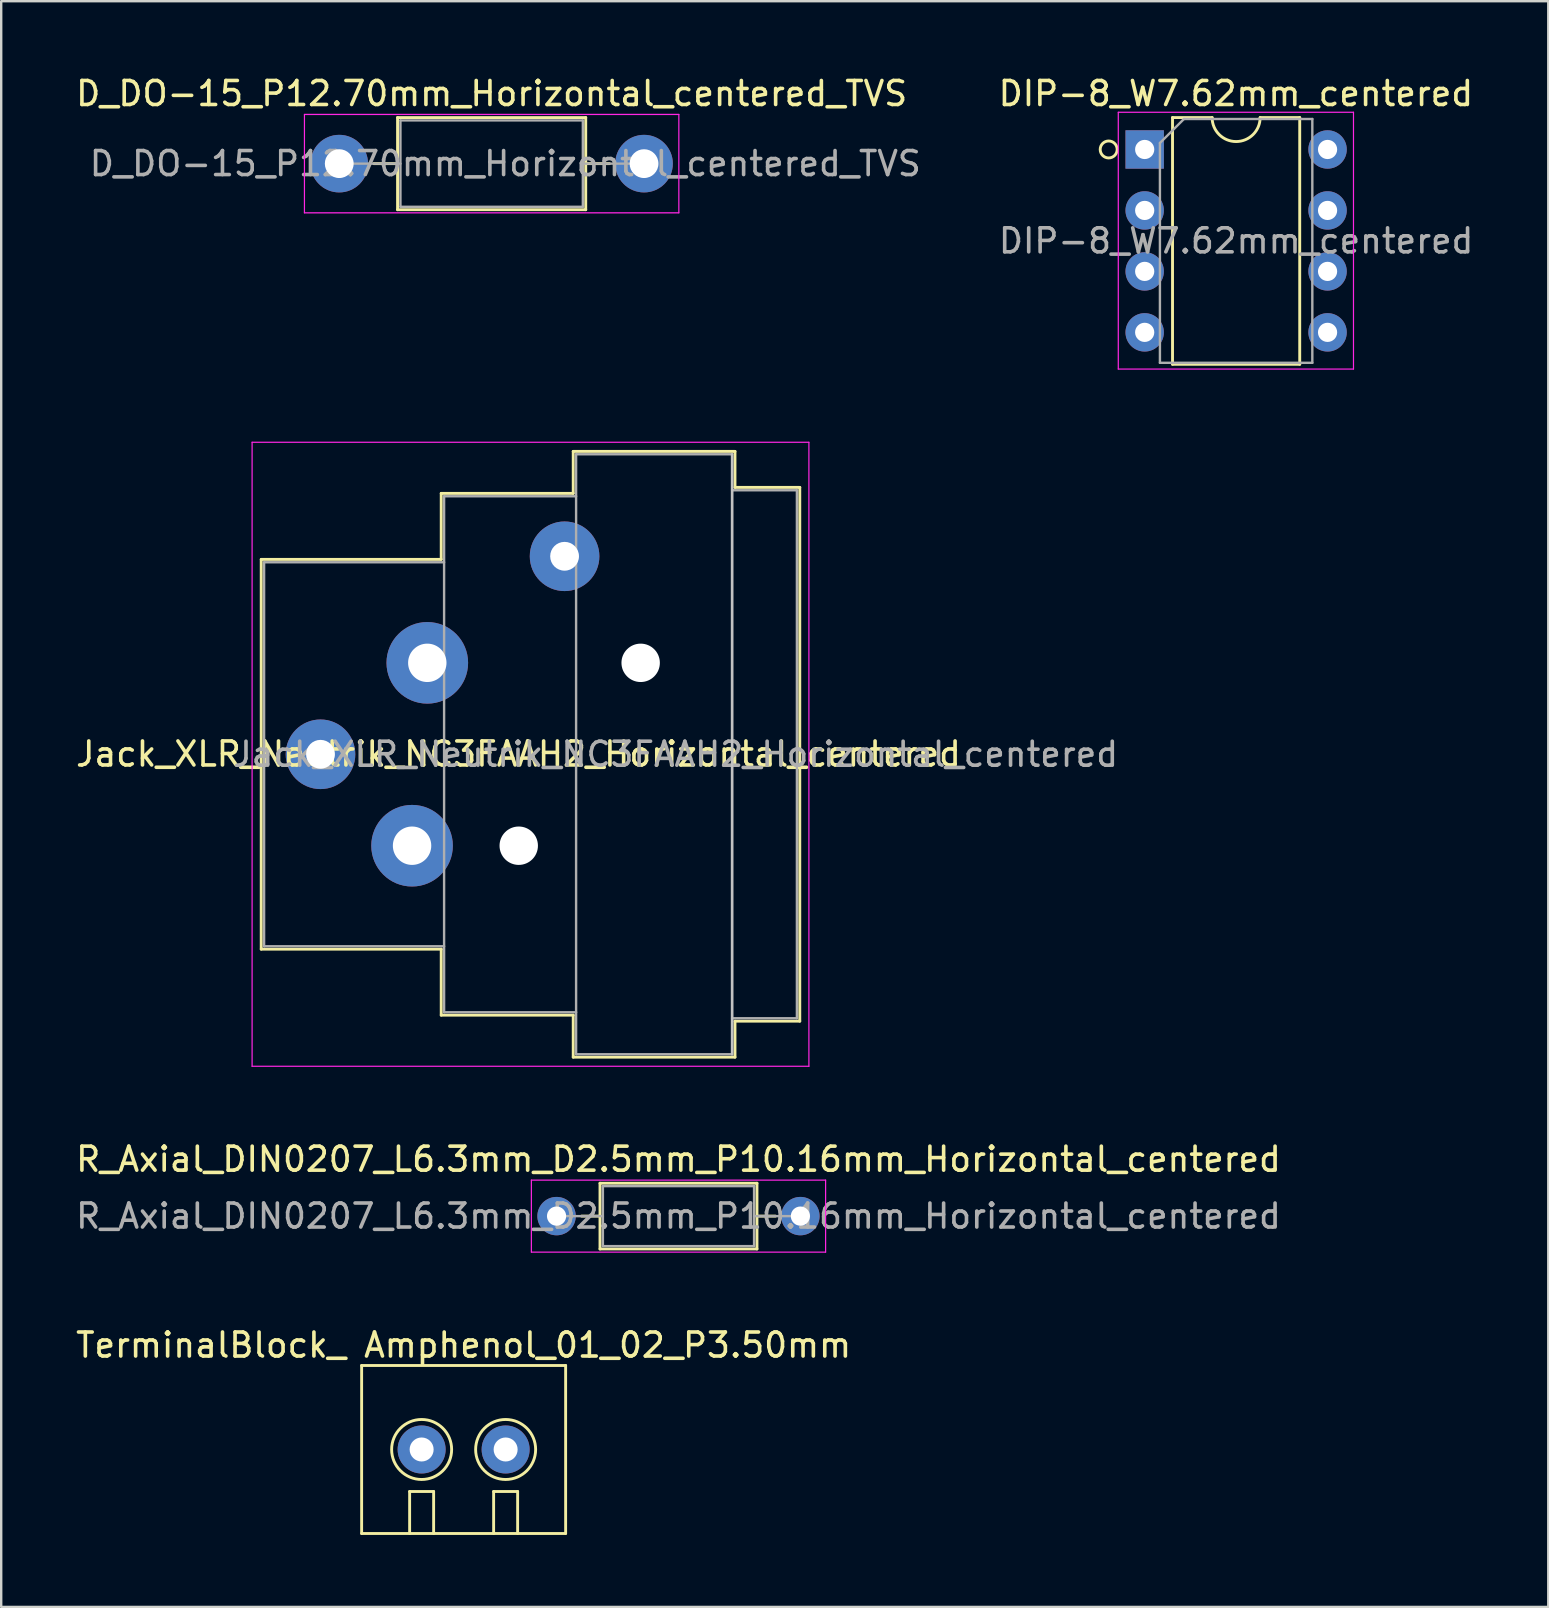
<source format=kicad_pcb>
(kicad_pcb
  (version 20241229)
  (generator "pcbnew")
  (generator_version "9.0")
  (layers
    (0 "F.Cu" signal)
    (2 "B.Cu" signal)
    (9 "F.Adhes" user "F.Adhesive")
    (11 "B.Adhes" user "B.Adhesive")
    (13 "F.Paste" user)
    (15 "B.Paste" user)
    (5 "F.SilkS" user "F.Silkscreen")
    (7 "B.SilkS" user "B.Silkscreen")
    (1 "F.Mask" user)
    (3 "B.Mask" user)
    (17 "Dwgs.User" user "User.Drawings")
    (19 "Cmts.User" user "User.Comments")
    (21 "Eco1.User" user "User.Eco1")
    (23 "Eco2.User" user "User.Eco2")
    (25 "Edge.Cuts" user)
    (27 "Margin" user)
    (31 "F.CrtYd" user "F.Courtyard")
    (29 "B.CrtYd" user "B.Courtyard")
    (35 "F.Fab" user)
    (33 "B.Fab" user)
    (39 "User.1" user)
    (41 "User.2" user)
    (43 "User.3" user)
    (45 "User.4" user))
  (footprint "TerminalBlock_ Amphenol_01_02_P3.50mm"
    (layer "F.Cu")
    (at 16.268 57.345)
    (property "Reference" "TerminalBlock_ Amphenol_01_02_P3.50mm" (at 0 -4.35 0) (layer "F.SilkS") (effects (font (size 1 1) (thickness 0.15))))
    (attr through_hole)
    (fp_line (start -4.25 -3.5) (end -4.25 3.5) (stroke (width 0.12) (type solid)) (layer "F.SilkS"))
    (fp_line (start -2.25 1.75) (end -2.25 3.5) (stroke (width 0.12) (type solid)) (layer "F.SilkS"))
    (fp_line (start -2.25 1.75) (end -1.25 1.75) (stroke (width 0.12) (type solid)) (layer "F.SilkS"))
    (fp_line (start -1.25 1.75) (end -1.25 3.5) (stroke (width 0.12) (type solid)) (layer "F.SilkS"))
    (fp_line (start 1.25 1.75) (end 2.25 1.75) (stroke (width 0.12) (type solid)) (layer "F.SilkS"))
    (fp_line (start 1.25 3.5) (end 1.25 1.75) (stroke (width 0.12) (type solid)) (layer "F.SilkS"))
    (fp_line (start 2.25 1.75) (end 2.25 3.5) (stroke (width 0.12) (type solid)) (layer "F.SilkS"))
    (fp_line (start 4.25 -3.5) (end -4.25 -3.5) (stroke (width 0.12) (type solid)) (layer "F.SilkS"))
    (fp_line (start 4.25 -3.5) (end 4.25 3.5) (stroke (width 0.12) (type solid)) (layer "F.SilkS"))
    (fp_line (start 4.25 3.5) (end -4.25 3.5) (stroke (width 0.12) (type solid)) (layer "F.SilkS"))
    (fp_circle (center -1.75 0) (end -1 -1) (stroke (width 0.12) (type solid)) (fill no) (layer "F.SilkS"))
    (fp_circle (center 1.75 0) (end 2.5 -1) (stroke (width 0.12) (type solid)) (fill no) (layer "F.SilkS"))
    (pad "1" thru_hole circle (at -1.75 0) (size 2 2) (drill 1) (layers "*.Cu" "*.Mask"))
    (pad "2" thru_hole circle (at 1.75 0) (size 2 2) (drill 1) (layers "*.Cu" "*.Mask")))
  (footprint "Jack_XLR_Neutrik_NC3FAAH2_Horizontal_centered"
    (layer "F.Cu")
    (at 30.214 28.378)
    (property "Reference" "Jack_XLR_Neutrik_NC3FAAH2_Horizontal_centered" (at -11.66 -0.01 0) (layer "F.SilkS") (effects (font (size 1 1) (thickness 0.15))))
    (attr through_hole)
    (fp_line (start -22.38 -8.12) (end -22.38 8.12) (stroke (width 0.12) (type solid)) (layer "F.SilkS"))
    (fp_line (start -14.88 -10.87) (end -14.88 -8.12) (stroke (width 0.12) (type solid)) (layer "F.SilkS"))
    (fp_line (start -14.88 -8.12) (end -22.38 -8.12) (stroke (width 0.12) (type solid)) (layer "F.SilkS"))
    (fp_line (start -14.88 8.12) (end -22.38 8.12) (stroke (width 0.12) (type solid)) (layer "F.SilkS"))
    (fp_line (start -14.88 8.12) (end -14.88 10.87) (stroke (width 0.12) (type solid)) (layer "F.SilkS"))
    (fp_line (start -9.38 -10.87) (end -14.88 -10.87) (stroke (width 0.12) (type solid)) (layer "F.SilkS"))
    (fp_line (start -9.38 -10.87) (end -9.38 -12.62) (stroke (width 0.12) (type solid)) (layer "F.SilkS"))
    (fp_line (start -9.38 10.87) (end -14.88 10.87) (stroke (width 0.12) (type solid)) (layer "F.SilkS"))
    (fp_line (start -9.38 12.62) (end -9.38 10.87) (stroke (width 0.12) (type solid)) (layer "F.SilkS"))
    (fp_line (start -2.64 -12.62) (end -9.38 -12.62) (stroke (width 0.12) (type solid)) (layer "F.SilkS"))
    (fp_line (start -2.64 -12.62) (end -2.64 -11.12) (stroke (width 0.12) (type solid)) (layer "F.SilkS"))
    (fp_line (start -2.64 -11.12) (end 0.06 -11.12) (stroke (width 0.12) (type solid)) (layer "F.SilkS"))
    (fp_line (start -2.64 11.12) (end -2.64 12.62) (stroke (width 0.12) (type solid)) (layer "F.SilkS"))
    (fp_line (start -2.64 11.12) (end 0.06 11.12) (stroke (width 0.12) (type solid)) (layer "F.SilkS"))
    (fp_line (start -2.64 12.62) (end -9.38 12.62) (stroke (width 0.12) (type solid)) (layer "F.SilkS"))
    (fp_line (start 0.06 -11.12) (end 0.06 11.12) (stroke (width 0.12) (type solid)) (layer "F.SilkS"))
    (fp_line (start -2.76 -12.5) (end -2.76 12.5) (stroke (width 0.1) (type solid)) (layer "Dwgs.User"))
    (fp_line (start -22.76 -13) (end -22.76 13) (stroke (width 0.05) (type solid)) (layer "F.CrtYd"))
    (fp_line (start 0.44 -13) (end -22.76 -13) (stroke (width 0.05) (type solid)) (layer "F.CrtYd"))
    (fp_line (start 0.44 -13) (end 0.44 13) (stroke (width 0.05) (type solid)) (layer "F.CrtYd"))
    (fp_line (start 0.44 13) (end -22.76 13) (stroke (width 0.05) (type solid)) (layer "F.CrtYd"))
    (fp_line (start -22.26 -8) (end -22.26 8) (stroke (width 0.1) (type solid)) (layer "F.Fab"))
    (fp_line (start -22.26 8) (end -14.76 8) (stroke (width 0.1) (type solid)) (layer "F.Fab"))
    (fp_line (start -14.76 -10.75) (end -14.76 10.75) (stroke (width 0.1) (type solid)) (layer "F.Fab"))
    (fp_line (start -14.76 -8) (end -22.26 -8) (stroke (width 0.1) (type solid)) (layer "F.Fab"))
    (fp_line (start -14.76 10.75) (end -9.26 10.75) (stroke (width 0.1) (type solid)) (layer "F.Fab"))
    (fp_line (start -9.26 -12.5) (end -2.76 -12.5) (stroke (width 0.1) (type solid)) (layer "F.Fab"))
    (fp_line (start -9.26 -10.75) (end -14.76 -10.75) (stroke (width 0.1) (type solid)) (layer "F.Fab"))
    (fp_line (start -9.26 12.5) (end -9.26 -12.5) (stroke (width 0.1) (type solid)) (layer "F.Fab"))
    (fp_line (start -2.76 -12.5) (end -2.76 12.5) (stroke (width 0.1) (type solid)) (layer "F.Fab"))
    (fp_line (start -2.76 -11) (end -0.06 -11) (stroke (width 0.1) (type solid)) (layer "F.Fab"))
    (fp_line (start -2.76 12.5) (end -9.26 12.5) (stroke (width 0.1) (type solid)) (layer "F.Fab"))
    (fp_line (start -0.06 -11) (end -0.06 11) (stroke (width 0.1) (type solid)) (layer "F.Fab"))
    (fp_line (start -0.06 11) (end -2.76 11) (stroke (width 0.1) (type solid)) (layer "F.Fab"))
    (fp_text user "${REFERENCE}" (at -5.11 0 0) (layer "F.Fab") (effects (font (size 1 1) (thickness 0.15))))
    (pad "" np_thru_hole circle (at -11.65 3.81) (size 1.6 1.6) (drill 1.6) (layers "*.Cu" "*.Mask"))
    (pad "" np_thru_hole circle (at -6.57 -3.81) (size 1.6 1.6) (drill 1.6) (layers "*.Cu" "*.Mask"))
    (pad "1" thru_hole circle (at -15.46 -3.81) (size 3.4 3.4) (drill 1.6) (layers "*.Cu" "*.Mask"))
    (pad "2" thru_hole circle (at -16.095 3.81) (size 3.4 3.4) (drill 1.6) (layers "*.Cu" "*.Mask"))
    (pad "3" thru_hole circle (at -19.91 0) (size 2.9 2.9) (drill 1.2) (layers "*.Cu" "*.Mask"))
    (pad "G" thru_hole circle (at -9.74 -8.25) (size 2.9 2.9) (drill 1.2) (layers "*.Cu" "*.Mask")))
  (footprint "R_Axial_DIN0207_L6.3mm_D2.5mm_P10.16mm_Horizontal_centered"
    (layer "F.Cu")
    (at 25.22 47.621)
    (property "Reference" "R_Axial_DIN0207_L6.3mm_D2.5mm_P10.16mm_Horizontal_centered" (at 0 -2.37 0) (layer "F.SilkS") (effects (font (size 1 1) (thickness 0.15))))
    (attr through_hole)
    (fp_line (start -4.04 0) (end -3.27 0) (stroke (width 0.12) (type solid)) (layer "F.SilkS"))
    (fp_line (start -3.27 -1.37) (end -3.27 1.37) (stroke (width 0.12) (type solid)) (layer "F.SilkS"))
    (fp_line (start -3.27 1.37) (end 3.27 1.37) (stroke (width 0.12) (type solid)) (layer "F.SilkS"))
    (fp_line (start 3.27 -1.37) (end -3.27 -1.37) (stroke (width 0.12) (type solid)) (layer "F.SilkS"))
    (fp_line (start 3.27 1.37) (end 3.27 -1.37) (stroke (width 0.12) (type solid)) (layer "F.SilkS"))
    (fp_line (start 4.04 0) (end 3.27 0) (stroke (width 0.12) (type solid)) (layer "F.SilkS"))
    (fp_line (start -6.13 -1.5) (end -6.13 1.5) (stroke (width 0.05) (type solid)) (layer "F.CrtYd"))
    (fp_line (start -6.13 1.5) (end 6.13 1.5) (stroke (width 0.05) (type solid)) (layer "F.CrtYd"))
    (fp_line (start 6.13 -1.5) (end -6.13 -1.5) (stroke (width 0.05) (type solid)) (layer "F.CrtYd"))
    (fp_line (start 6.13 1.5) (end 6.13 -1.5) (stroke (width 0.05) (type solid)) (layer "F.CrtYd"))
    (fp_line (start -5.08 0) (end -3.15 0) (stroke (width 0.1) (type solid)) (layer "F.Fab"))
    (fp_line (start -3.15 -1.25) (end -3.15 1.25) (stroke (width 0.1) (type solid)) (layer "F.Fab"))
    (fp_line (start -3.15 1.25) (end 3.15 1.25) (stroke (width 0.1) (type solid)) (layer "F.Fab"))
    (fp_line (start 3.15 -1.25) (end -3.15 -1.25) (stroke (width 0.1) (type solid)) (layer "F.Fab"))
    (fp_line (start 3.15 1.25) (end 3.15 -1.25) (stroke (width 0.1) (type solid)) (layer "F.Fab"))
    (fp_line (start 5.08 0) (end 3.15 0) (stroke (width 0.1) (type solid)) (layer "F.Fab"))
    (fp_text user "${REFERENCE}" (at 0 0 0) (layer "F.Fab") (effects (font (size 1 1) (thickness 0.15))))
    (pad "1" thru_hole circle (at -5.08 0) (size 1.6 1.6) (drill 0.8) (layers "*.Cu" "*.Mask"))
    (pad "2" thru_hole oval (at 5.08 0) (size 1.6 1.6) (drill 0.8) (layers "*.Cu" "*.Mask")))
  (footprint "D_DO-15_P12.70mm_Horizontal_centered_TVS"
    (layer "F.Cu")
    (at 17.435 3.768)
    (property "Reference" "D_DO-15_P12.70mm_Horizontal_centered_TVS" (at 0 -2.92 0) (layer "F.SilkS") (effects (font (size 1 1) (thickness 0.15))))
    (attr through_hole)
    (fp_line (start -4.91 0) (end -3.92 0) (stroke (width 0.12) (type solid)) (layer "F.SilkS"))
    (fp_line (start -3.92 -1.92) (end -3.92 1.92) (stroke (width 0.12) (type solid)) (layer "F.SilkS"))
    (fp_line (start -3.92 1.92) (end 3.92 1.92) (stroke (width 0.12) (type solid)) (layer "F.SilkS"))
    (fp_line (start 3.92 -1.92) (end -3.92 -1.92) (stroke (width 0.12) (type solid)) (layer "F.SilkS"))
    (fp_line (start 3.92 1.92) (end 3.92 -1.92) (stroke (width 0.12) (type solid)) (layer "F.SilkS"))
    (fp_line (start 4.91 0) (end 3.92 0) (stroke (width 0.12) (type solid)) (layer "F.SilkS"))
    (fp_line (start -7.8 -2.05) (end -7.8 2.05) (stroke (width 0.05) (type solid)) (layer "F.CrtYd"))
    (fp_line (start -7.8 2.05) (end 7.8 2.05) (stroke (width 0.05) (type solid)) (layer "F.CrtYd"))
    (fp_line (start 7.8 -2.05) (end -7.8 -2.05) (stroke (width 0.05) (type solid)) (layer "F.CrtYd"))
    (fp_line (start 7.8 2.05) (end 7.8 -2.05) (stroke (width 0.05) (type solid)) (layer "F.CrtYd"))
    (fp_line (start -6.35 0) (end -3.8 0) (stroke (width 0.1) (type solid)) (layer "F.Fab"))
    (fp_line (start -3.8 -1.8) (end -3.8 1.8) (stroke (width 0.1) (type solid)) (layer "F.Fab"))
    (fp_line (start -3.8 1.8) (end 3.8 1.8) (stroke (width 0.1) (type solid)) (layer "F.Fab"))
    (fp_line (start 3.8 -1.8) (end -3.8 -1.8) (stroke (width 0.1) (type solid)) (layer "F.Fab"))
    (fp_line (start 3.8 1.8) (end 3.8 -1.8) (stroke (width 0.1) (type solid)) (layer "F.Fab"))
    (fp_line (start 6.35 0) (end 3.8 0) (stroke (width 0.1) (type solid)) (layer "F.Fab"))
    (fp_text user "${REFERENCE}" (at 0.57 0 0) (layer "F.Fab") (effects (font (size 1 1) (thickness 0.15))))
    (pad "1" thru_hole circle (at -6.35 0) (size 2.4 2.4) (drill 1.2) (layers "*.Cu" "*.Mask"))
    (pad "2" thru_hole oval (at 6.35 0) (size 2.4 2.4) (drill 1.2) (layers "*.Cu" "*.Mask")))
  (footprint "DIP-8_W7.62mm_centered"
    (layer "F.Cu")
    (at 48.455 6.988)
    (property "Reference" "DIP-8_W7.62mm_centered" (at -0.01 -6.14 0) (layer "F.SilkS") (effects (font (size 1 1) (thickness 0.15))))
    (attr through_hole)
    (fp_line (start -2.65 -5.14) (end -2.65 5.14) (stroke (width 0.12) (type solid)) (layer "F.SilkS"))
    (fp_line (start -2.65 5.14) (end 2.65 5.14) (stroke (width 0.12) (type solid)) (layer "F.SilkS"))
    (fp_line (start -1 -5.14) (end -2.65 -5.14) (stroke (width 0.12) (type solid)) (layer "F.SilkS"))
    (fp_line (start 2.65 -5.14) (end 1 -5.14) (stroke (width 0.12) (type solid)) (layer "F.SilkS"))
    (fp_line (start 2.65 5.14) (end 2.65 -5.14) (stroke (width 0.12) (type solid)) (layer "F.SilkS"))
    (fp_arc (start 1 -5.14) (mid 0 -4.14) (end -1 -5.14) (stroke (width 0.12) (type solid)) (layer "F.SilkS"))
    (fp_circle (center -5.31 -3.81) (end -5.06 -3.56) (stroke (width 0.12) (type solid)) (fill no) (layer "F.SilkS"))
    (fp_line (start -4.91 -5.36) (end -4.91 5.34) (stroke (width 0.05) (type solid)) (layer "F.CrtYd"))
    (fp_line (start -4.91 5.34) (end 4.89 5.34) (stroke (width 0.05) (type solid)) (layer "F.CrtYd"))
    (fp_line (start 4.89 -5.36) (end -4.91 -5.36) (stroke (width 0.05) (type solid)) (layer "F.CrtYd"))
    (fp_line (start 4.89 5.34) (end 4.89 -5.36) (stroke (width 0.05) (type solid)) (layer "F.CrtYd"))
    (fp_line (start -3.175 -4.08) (end -2.175 -5.08) (stroke (width 0.1) (type solid)) (layer "F.Fab"))
    (fp_line (start -3.175 5.08) (end -3.175 -4.08) (stroke (width 0.1) (type solid)) (layer "F.Fab"))
    (fp_line (start -2.175 -5.08) (end 3.175 -5.08) (stroke (width 0.1) (type solid)) (layer "F.Fab"))
    (fp_line (start 3.175 -5.08) (end 3.175 5.08) (stroke (width 0.1) (type solid)) (layer "F.Fab"))
    (fp_line (start 3.175 5.08) (end -3.175 5.08) (stroke (width 0.1) (type solid)) (layer "F.Fab"))
    (fp_text user "${REFERENCE}" (at 0 0 0) (layer "F.Fab") (effects (font (size 1 1) (thickness 0.15))))
    (pad "1" thru_hole rect (at -3.81 -3.81) (size 1.6 1.6) (drill 0.8) (layers "*.Cu" "*.Mask"))
    (pad "2" thru_hole oval (at -3.81 -1.27) (size 1.6 1.6) (drill 0.8) (layers "*.Cu" "*.Mask"))
    (pad "3" thru_hole oval (at -3.81 1.27) (size 1.6 1.6) (drill 0.8) (layers "*.Cu" "*.Mask"))
    (pad "4" thru_hole oval (at -3.81 3.81) (size 1.6 1.6) (drill 0.8) (layers "*.Cu" "*.Mask"))
    (pad "5" thru_hole oval (at 3.81 3.81) (size 1.6 1.6) (drill 0.8) (layers "*.Cu" "*.Mask"))
    (pad "6" thru_hole oval (at 3.81 1.27) (size 1.6 1.6) (drill 0.8) (layers "*.Cu" "*.Mask"))
    (pad "7" thru_hole oval (at 3.81 -1.27) (size 1.6 1.6) (drill 0.8) (layers "*.Cu" "*.Mask"))
    (pad "8" thru_hole oval (at 3.81 -3.81) (size 1.6 1.6) (drill 0.8) (layers "*.Cu" "*.Mask")))
  (gr_rect
    (start -3 -3)
    (end 61.461 63.905)
    (stroke (width 0.1) (type default))
    (fill no)
    (layer "Edge.Cuts")))
</source>
